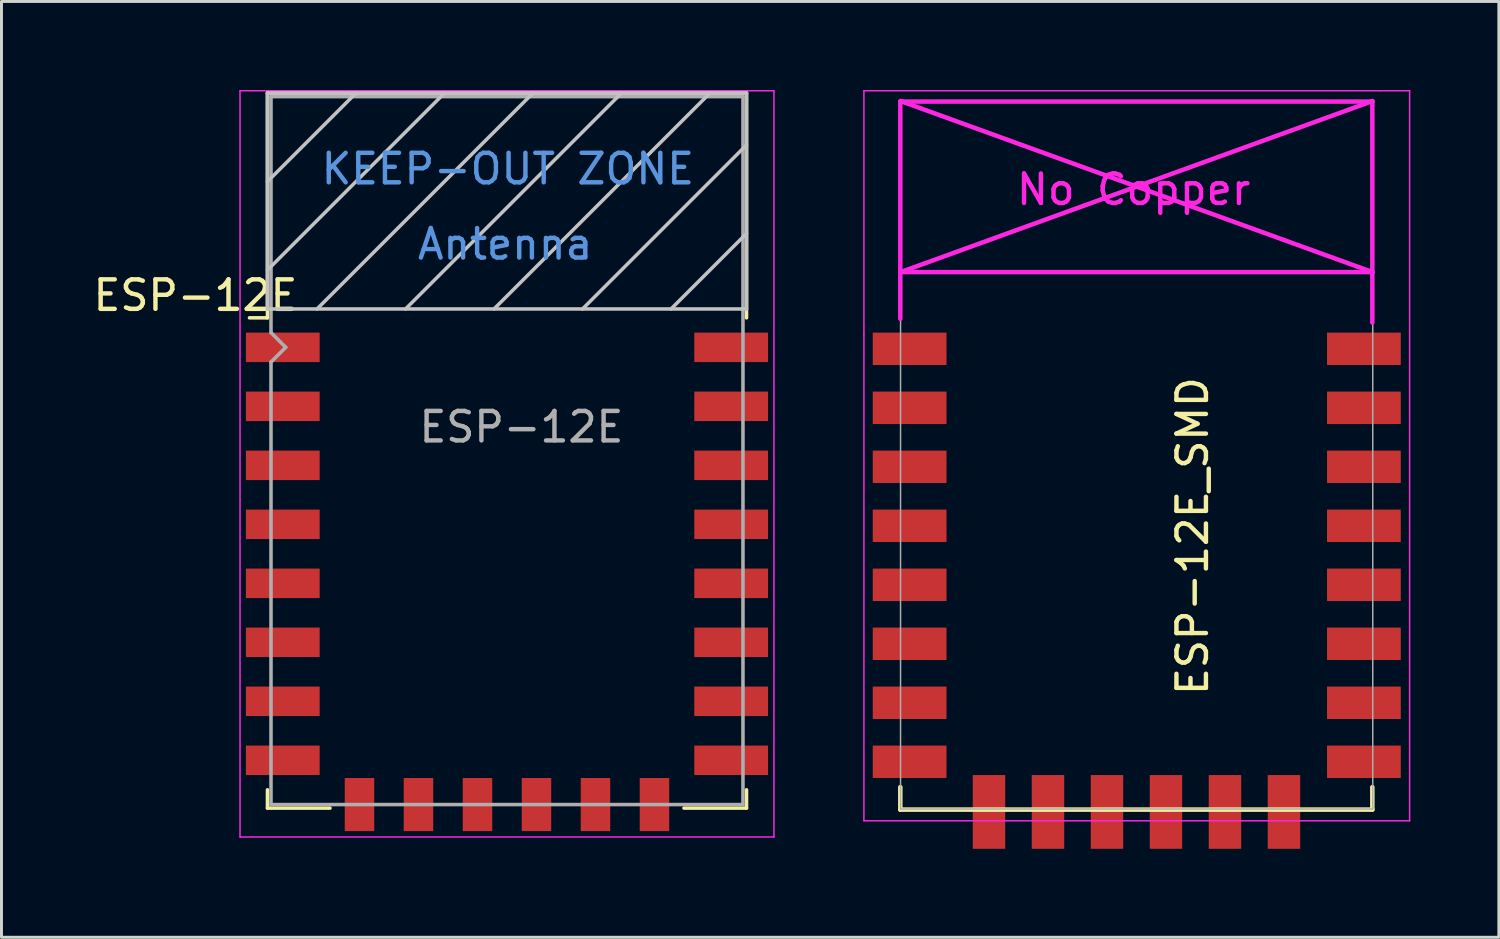
<source format=kicad_pcb>
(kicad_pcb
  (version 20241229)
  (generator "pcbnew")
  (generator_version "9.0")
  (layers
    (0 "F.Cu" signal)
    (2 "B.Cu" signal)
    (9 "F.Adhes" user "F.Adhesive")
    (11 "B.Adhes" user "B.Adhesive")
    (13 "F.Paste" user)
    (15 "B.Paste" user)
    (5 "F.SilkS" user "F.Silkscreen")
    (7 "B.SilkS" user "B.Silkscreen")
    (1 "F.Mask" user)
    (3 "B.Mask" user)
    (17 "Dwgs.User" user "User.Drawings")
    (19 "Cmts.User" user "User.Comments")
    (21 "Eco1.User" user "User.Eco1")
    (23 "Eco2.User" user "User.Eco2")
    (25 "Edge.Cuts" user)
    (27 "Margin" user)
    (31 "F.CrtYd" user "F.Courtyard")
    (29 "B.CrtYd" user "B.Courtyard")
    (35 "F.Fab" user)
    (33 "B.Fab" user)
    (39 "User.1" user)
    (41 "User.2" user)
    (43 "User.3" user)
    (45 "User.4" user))
  (footprint "ESP-12E"
    (layer "F.Cu")
    (at 14.137 12.225)
    (property "Reference" "ESP-12E" (at -10.56 -5.26 0) (layer "F.SilkS") (effects (font (size 1 1) (thickness 0.15))))
    (attr smd)
    (fp_line (start -8.12 -12.12) (end 8.12 -12.12) (stroke (width 0.12) (type solid)) (layer "F.SilkS"))
    (fp_line (start -8.12 -4.5) (end -8.73 -4.5) (stroke (width 0.12) (type solid)) (layer "F.SilkS"))
    (fp_line (start -8.12 -4.5) (end -8.12 -12.12) (stroke (width 0.12) (type solid)) (layer "F.SilkS"))
    (fp_line (start -8.12 12.12) (end -8.12 11.5) (stroke (width 0.12) (type solid)) (layer "F.SilkS"))
    (fp_line (start -6 12.12) (end -8.12 12.12) (stroke (width 0.12) (type solid)) (layer "F.SilkS"))
    (fp_line (start 8.12 -12.12) (end 8.12 -4.5) (stroke (width 0.12) (type solid)) (layer "F.SilkS"))
    (fp_line (start 8.12 11.5) (end 8.12 12.12) (stroke (width 0.12) (type solid)) (layer "F.SilkS"))
    (fp_line (start 8.12 12.12) (end 6 12.12) (stroke (width 0.12) (type solid)) (layer "F.SilkS"))
    (fp_line (start -8.12 -12.12) (end 8.12 -12.12) (stroke (width 0.12) (type solid)) (layer "Dwgs.User"))
    (fp_line (start -8.12 -9.12) (end -5.12 -12.12) (stroke (width 0.12) (type solid)) (layer "Dwgs.User"))
    (fp_line (start -8.12 -6.12) (end -2.12 -12.12) (stroke (width 0.12) (type solid)) (layer "Dwgs.User"))
    (fp_line (start -8.12 -4.8) (end -8.12 -12.12) (stroke (width 0.12) (type solid)) (layer "Dwgs.User"))
    (fp_line (start -6.44 -4.8) (end 0.88 -12.12) (stroke (width 0.12) (type solid)) (layer "Dwgs.User"))
    (fp_line (start -3.44 -4.8) (end 3.88 -12.12) (stroke (width 0.12) (type solid)) (layer "Dwgs.User"))
    (fp_line (start -0.44 -4.8) (end 6.88 -12.12) (stroke (width 0.12) (type solid)) (layer "Dwgs.User"))
    (fp_line (start 2.56 -4.8) (end 8.12 -10.36) (stroke (width 0.12) (type solid)) (layer "Dwgs.User"))
    (fp_line (start 5.56 -4.8) (end 8.12 -7.36) (stroke (width 0.12) (type solid)) (layer "Dwgs.User"))
    (fp_line (start 8.12 -12.12) (end 8.12 -4.8) (stroke (width 0.12) (type solid)) (layer "Dwgs.User"))
    (fp_line (start 8.12 -4.8) (end -8.12 -4.8) (stroke (width 0.12) (type solid)) (layer "Dwgs.User"))
    (fp_line (start -9.05 -12.2) (end 9.05 -12.2) (stroke (width 0.05) (type solid)) (layer "F.CrtYd"))
    (fp_line (start -9.05 13.1) (end -9.05 -12.2) (stroke (width 0.05) (type solid)) (layer "F.CrtYd"))
    (fp_line (start 9.05 -12.2) (end 9.05 13.1) (stroke (width 0.05) (type solid)) (layer "F.CrtYd"))
    (fp_line (start 9.05 13.1) (end -9.05 13.1) (stroke (width 0.05) (type solid)) (layer "F.CrtYd"))
    (fp_line (start -8 -12) (end 8 -12) (stroke (width 0.12) (type solid)) (layer "F.Fab"))
    (fp_line (start -8 -4) (end -8 -12) (stroke (width 0.12) (type solid)) (layer "F.Fab"))
    (fp_line (start -8 -3) (end -7.5 -3.5) (stroke (width 0.12) (type solid)) (layer "F.Fab"))
    (fp_line (start -8 12) (end -8 -3) (stroke (width 0.12) (type solid)) (layer "F.Fab"))
    (fp_line (start -7.5 -3.5) (end -8 -4) (stroke (width 0.12) (type solid)) (layer "F.Fab"))
    (fp_line (start 8 -12) (end 8 12) (stroke (width 0.12) (type solid)) (layer "F.Fab"))
    (fp_line (start 8 12) (end -8 12) (stroke (width 0.12) (type solid)) (layer "F.Fab"))
    (fp_text user "KEEP-OUT ZONE" (at 0.03 -9.55 180) (layer "Cmts.User") (effects (font (size 1 1) (thickness 0.15))))
    (fp_text user "Antenna" (at -0.06 -7 180) (layer "Cmts.User") (effects (font (size 1 1) (thickness 0.15))))
    (fp_text user "${REFERENCE}" (at 0.49 -0.8 0) (layer "F.Fab") (effects (font (size 1 1) (thickness 0.15))))
    (pad "1" smd rect (at -7.6 -3.5) (size 2.5 1) (layers "F.Cu" "F.Mask" "F.Paste"))
    (pad "2" smd rect (at -7.6 -1.5) (size 2.5 1) (layers "F.Cu" "F.Mask" "F.Paste"))
    (pad "3" smd rect (at -7.6 0.5) (size 2.5 1) (layers "F.Cu" "F.Mask" "F.Paste"))
    (pad "4" smd rect (at -7.6 2.5) (size 2.5 1) (layers "F.Cu" "F.Mask" "F.Paste"))
    (pad "5" smd rect (at -7.6 4.5) (size 2.5 1) (layers "F.Cu" "F.Mask" "F.Paste"))
    (pad "6" smd rect (at -7.6 6.5) (size 2.5 1) (layers "F.Cu" "F.Mask" "F.Paste"))
    (pad "7" smd rect (at -7.6 8.5) (size 2.5 1) (layers "F.Cu" "F.Mask" "F.Paste"))
    (pad "8" smd rect (at -7.6 10.5) (size 2.5 1) (layers "F.Cu" "F.Mask" "F.Paste"))
    (pad "9" smd rect (at -5 12) (size 1 1.8) (layers "F.Cu" "F.Mask" "F.Paste"))
    (pad "10" smd rect (at -3 12) (size 1 1.8) (layers "F.Cu" "F.Mask" "F.Paste"))
    (pad "11" smd rect (at -1 12) (size 1 1.8) (layers "F.Cu" "F.Mask" "F.Paste"))
    (pad "12" smd rect (at 1 12) (size 1 1.8) (layers "F.Cu" "F.Mask" "F.Paste"))
    (pad "13" smd rect (at 3 12) (size 1 1.8) (layers "F.Cu" "F.Mask" "F.Paste"))
    (pad "14" smd rect (at 5 12) (size 1 1.8) (layers "F.Cu" "F.Mask" "F.Paste"))
    (pad "15" smd rect (at 7.6 10.5) (size 2.5 1) (layers "F.Cu" "F.Mask" "F.Paste"))
    (pad "16" smd rect (at 7.6 8.5) (size 2.5 1) (layers "F.Cu" "F.Mask" "F.Paste"))
    (pad "17" smd rect (at 7.6 6.5) (size 2.5 1) (layers "F.Cu" "F.Mask" "F.Paste"))
    (pad "18" smd rect (at 7.6 4.5) (size 2.5 1) (layers "F.Cu" "F.Mask" "F.Paste"))
    (pad "19" smd rect (at 7.6 2.5) (size 2.5 1) (layers "F.Cu" "F.Mask" "F.Paste"))
    (pad "20" smd rect (at 7.6 0.5) (size 2.5 1) (layers "F.Cu" "F.Mask" "F.Paste"))
    (pad "21" smd rect (at 7.6 -1.5) (size 2.5 1) (layers "F.Cu" "F.Mask" "F.Paste"))
    (pad "22" smd rect (at 7.6 -3.5) (size 2.5 1) (layers "F.Cu" "F.Mask" "F.Paste")))
  (footprint "ESP-12E_SMD"
    (layer "F.Cu")
    (at 28.487 8.775)
    (property "Reference" "ESP-12E_SMD" (at 8.89 6.35 90) (layer "F.SilkS") (effects (font (size 1 1) (thickness 0.15))))
    (attr through_hole)
    (fp_line (start -1.016 14.859) (end -1.016 15.621) (stroke (width 0.152) (type solid)) (layer "F.SilkS"))
    (fp_line (start -1.016 15.621) (end 14.986 15.621) (stroke (width 0.152) (type solid)) (layer "F.SilkS"))
    (fp_line (start 14.986 15.621) (end 14.986 14.859) (stroke (width 0.152) (type solid)) (layer "F.SilkS"))
    (fp_line (start -2.25 -8.75) (end 15.25 -8.75) (stroke (width 0.05) (type solid)) (layer "F.CrtYd"))
    (fp_line (start -2.25 -0.5) (end -2.25 -8.75) (stroke (width 0.05) (type solid)) (layer "F.CrtYd"))
    (fp_line (start -2.25 16) (end -2.25 -0.5) (stroke (width 0.05) (type solid)) (layer "F.CrtYd"))
    (fp_line (start -1.016 -8.382) (end -1.016 -1.016) (stroke (width 0.152) (type solid)) (layer "F.CrtYd"))
    (fp_line (start -1.016 -8.382) (end 14.986 -8.382) (stroke (width 0.152) (type solid)) (layer "F.CrtYd"))
    (fp_line (start -1.008 -8.4) (end 14.992 -2.6) (stroke (width 0.152) (type solid)) (layer "F.CrtYd"))
    (fp_line (start -1.008 -2.6) (end 14.992 -2.6) (stroke (width 0.152) (type solid)) (layer "F.CrtYd"))
    (fp_line (start 14.986 -8.382) (end 14.986 -0.889) (stroke (width 0.152) (type solid)) (layer "F.CrtYd"))
    (fp_line (start 14.992 -8.4) (end -1.008 -2.6) (stroke (width 0.152) (type solid)) (layer "F.CrtYd"))
    (fp_line (start 15.25 -8.75) (end 16.25 -8.75) (stroke (width 0.05) (type solid)) (layer "F.CrtYd"))
    (fp_line (start 16.25 -8.75) (end 16.25 16) (stroke (width 0.05) (type solid)) (layer "F.CrtYd"))
    (fp_line (start 16.25 16) (end -2.25 16) (stroke (width 0.05) (type solid)) (layer "F.CrtYd"))
    (fp_line (start -1.008 -8.4) (end 14.992 -8.4) (stroke (width 0.05) (type solid)) (layer "F.Fab"))
    (fp_line (start -1.008 15.6) (end -1.008 -8.4) (stroke (width 0.05) (type solid)) (layer "F.Fab"))
    (fp_line (start 14.992 15.6) (end -1.008 15.6) (stroke (width 0.05) (type solid)) (layer "F.Fab"))
    (fp_line (start 15 -8.4) (end 15 15.6) (stroke (width 0.05) (type solid)) (layer "F.Fab"))
    (fp_text user "No Copper" (at 6.892 -5.4 0) (layer "F.CrtYd") (effects (font (size 1 1) (thickness 0.15))))
    (pad "1" smd rect (at 0 0) (size 2.5 1.1) (drill (offset -0.7 0)) (layers "F.Cu" "F.Mask" "F.Paste"))
    (pad "2" smd rect (at 0 2) (size 2.5 1.1) (drill (offset -0.7 0)) (layers "F.Cu" "F.Mask" "F.Paste"))
    (pad "3" smd rect (at 0 4) (size 2.5 1.1) (drill (offset -0.7 0)) (layers "F.Cu" "F.Mask" "F.Paste"))
    (pad "4" smd rect (at 0 6) (size 2.5 1.1) (drill (offset -0.7 0)) (layers "F.Cu" "F.Mask" "F.Paste"))
    (pad "5" smd rect (at 0 8) (size 2.5 1.1) (drill (offset -0.7 0)) (layers "F.Cu" "F.Mask" "F.Paste"))
    (pad "6" smd rect (at 0 10) (size 2.5 1.1) (drill (offset -0.7 0)) (layers "F.Cu" "F.Mask" "F.Paste"))
    (pad "7" smd rect (at 0 12) (size 2.5 1.1) (drill (offset -0.7 0)) (layers "F.Cu" "F.Mask" "F.Paste"))
    (pad "8" smd rect (at 0 14) (size 2.5 1.1) (drill (offset -0.7 0)) (layers "F.Cu" "F.Mask" "F.Paste"))
    (pad "9" smd rect (at 14 14) (size 2.5 1.1) (drill (offset 0.7 0)) (layers "F.Cu" "F.Mask" "F.Paste"))
    (pad "10" smd rect (at 14 12) (size 2.5 1.1) (drill (offset 0.7 0)) (layers "F.Cu" "F.Mask" "F.Paste"))
    (pad "11" smd rect (at 14 10) (size 2.5 1.1) (drill (offset 0.7 0)) (layers "F.Cu" "F.Mask" "F.Paste"))
    (pad "12" smd rect (at 14 8) (size 2.5 1.1) (drill (offset 0.7 0)) (layers "F.Cu" "F.Mask" "F.Paste"))
    (pad "13" smd rect (at 14 6) (size 2.5 1.1) (drill (offset 0.7 0)) (layers "F.Cu" "F.Mask" "F.Paste"))
    (pad "14" smd rect (at 14 4) (size 2.5 1.1) (drill (offset 0.7 0)) (layers "F.Cu" "F.Mask" "F.Paste"))
    (pad "15" smd rect (at 14 2) (size 2.5 1.1) (drill (offset 0.7 0)) (layers "F.Cu" "F.Mask" "F.Paste"))
    (pad "16" smd rect (at 14 0) (size 2.5 1.1) (drill (offset 0.7 0)) (layers "F.Cu" "F.Mask" "F.Paste"))
    (pad "17" smd rect (at 1.99 15 90) (size 2.5 1.1) (drill (offset -0.7 0)) (layers "F.Cu" "F.Mask" "F.Paste"))
    (pad "18" smd rect (at 3.99 15 90) (size 2.5 1.1) (drill (offset -0.7 0)) (layers "F.Cu" "F.Mask" "F.Paste"))
    (pad "19" smd rect (at 5.99 15 90) (size 2.5 1.1) (drill (offset -0.7 0)) (layers "F.Cu" "F.Mask" "F.Paste"))
    (pad "20" smd rect (at 7.99 15 90) (size 2.5 1.1) (drill (offset -0.7 0)) (layers "F.Cu" "F.Mask" "F.Paste"))
    (pad "21" smd rect (at 9.99 15 90) (size 2.5 1.1) (drill (offset -0.7 0)) (layers "F.Cu" "F.Mask" "F.Paste"))
    (pad "22" smd rect (at 11.99 15 90) (size 2.5 1.1) (drill (offset -0.7 0)) (layers "F.Cu" "F.Mask" "F.Paste")))
  (gr_rect
    (start -3 -3)
    (end 47.762 28.725)
    (stroke (width 0.1) (type default))
    (fill no)
    (layer "Edge.Cuts")))
</source>
